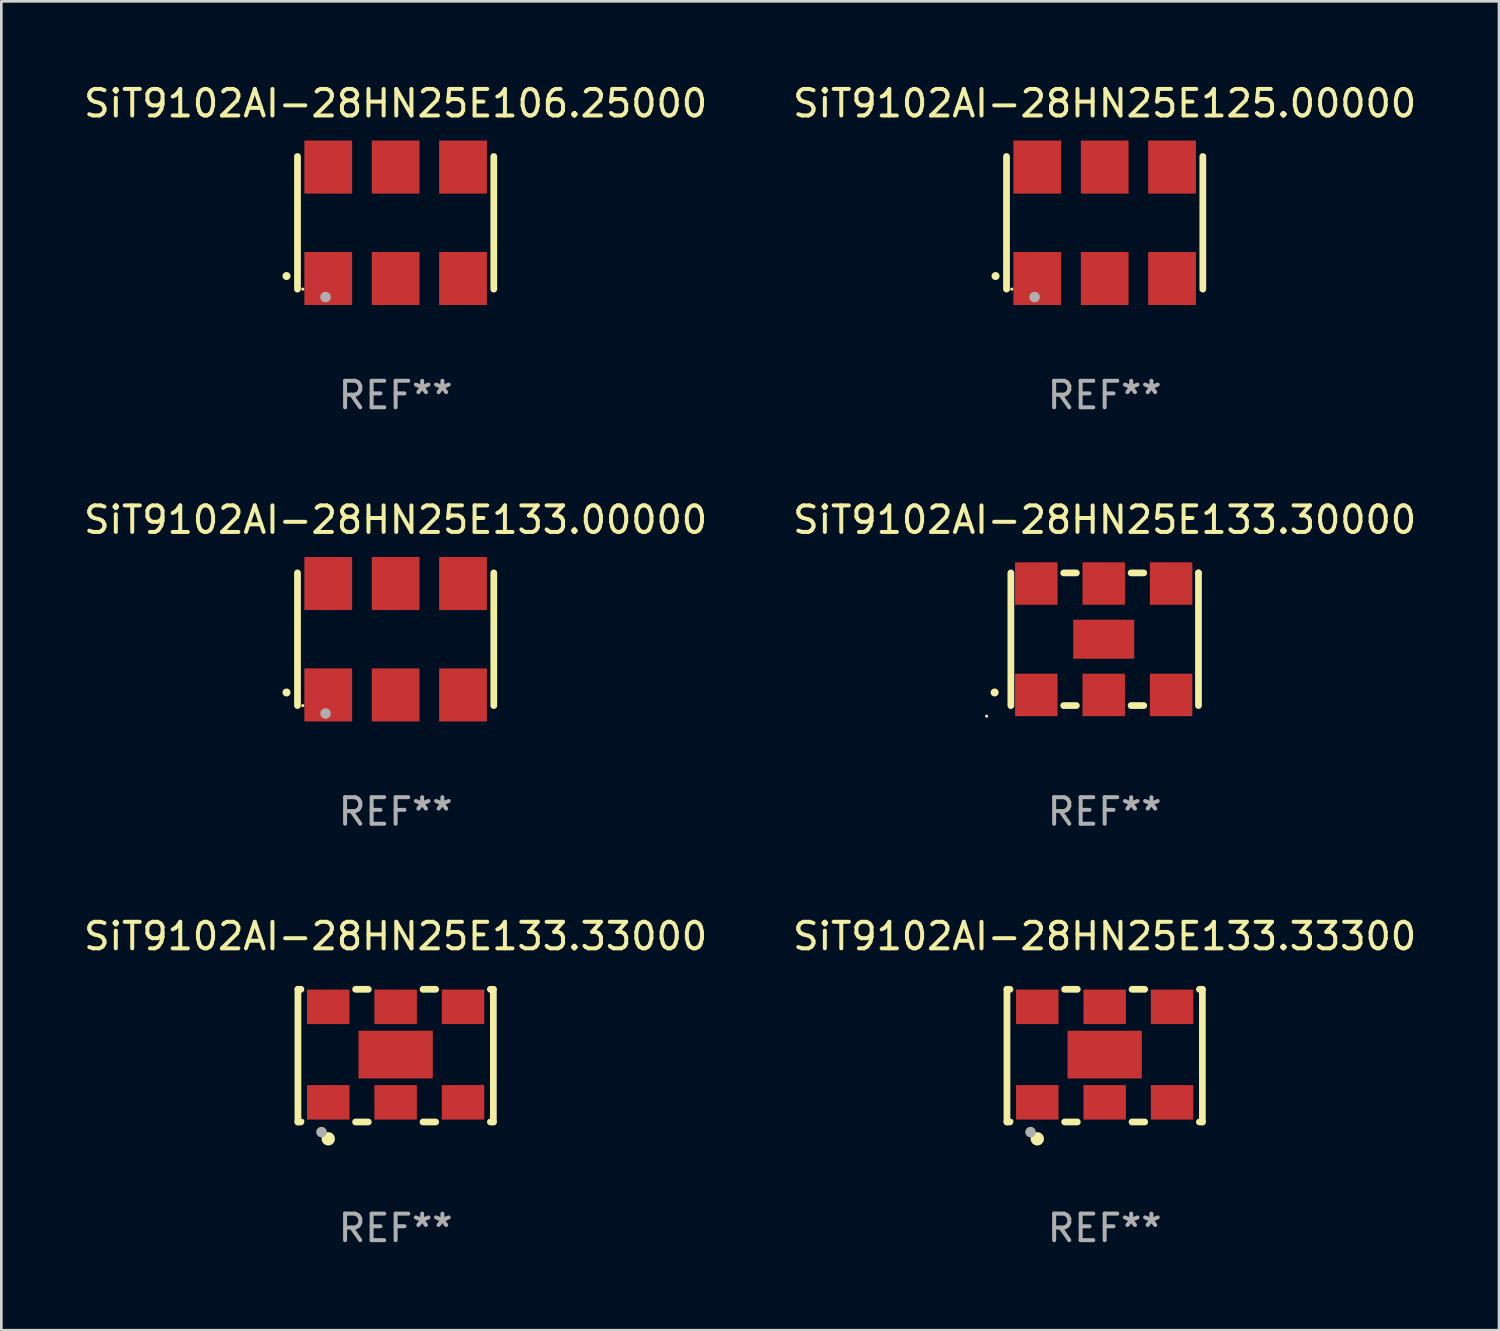
<source format=kicad_pcb>
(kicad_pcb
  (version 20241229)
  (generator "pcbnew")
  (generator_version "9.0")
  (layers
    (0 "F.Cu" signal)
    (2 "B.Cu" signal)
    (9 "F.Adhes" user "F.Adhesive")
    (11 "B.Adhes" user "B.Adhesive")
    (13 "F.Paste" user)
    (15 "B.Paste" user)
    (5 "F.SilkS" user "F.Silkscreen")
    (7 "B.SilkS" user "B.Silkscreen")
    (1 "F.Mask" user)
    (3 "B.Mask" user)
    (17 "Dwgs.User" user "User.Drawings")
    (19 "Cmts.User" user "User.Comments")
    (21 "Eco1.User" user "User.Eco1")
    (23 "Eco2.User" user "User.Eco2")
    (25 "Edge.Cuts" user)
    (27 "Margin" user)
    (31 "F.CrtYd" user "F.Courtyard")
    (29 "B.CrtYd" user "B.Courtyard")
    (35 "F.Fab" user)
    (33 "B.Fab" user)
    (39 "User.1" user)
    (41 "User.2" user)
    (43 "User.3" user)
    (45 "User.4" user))
  (footprint "SiT9102AI-28HN25E106.25000"
    (layer "F.Cu")
    (at 11.863 5.348)
    (property "Reference" "SiT9102AI-28HN25E106.25000" (at 0 -4.5 0) (layer "F.SilkS") (effects (font (size 1 1) (thickness 0.15))))
    (attr through_hole)
    (fp_line (start -3.7 -2.5) (end -3.7 2.5) (stroke (width 0.254) (type solid)) (layer "F.SilkS"))
    (fp_line (start 3.7 -2.5) (end 3.7 2.5) (stroke (width 0.254) (type solid)) (layer "F.SilkS"))
    (fp_arc (start -4.114415 2.006604) (mid -4.113145 2.006599) (end -4.111875 2.006604) (stroke (width 0.3) (type solid)) (layer "F.SilkS"))
    (fp_circle (center -3.5 2.501) (end -3.47 2.501) (stroke (width 0.06) (type solid)) (fill no) (layer "F.SilkS"))
    (fp_circle (center -2.641 2.799) (end -2.541 2.799) (stroke (width 0.2) (type solid)) (fill no) (layer "F.Fab"))
    (fp_text user "REF**" (at 0 6.5 0) (layer "F.Fab") (effects (font (size 1 1) (thickness 0.15))))
    (pad "1" smd rect (at -2.54 2.1) (size 1.8 2) (layers "F.Cu" "F.Mask" "F.Paste"))
    (pad "2" smd rect (at 0.000394 2.1) (size 1.8 2) (layers "F.Cu" "F.Mask" "F.Paste"))
    (pad "3" smd rect (at 2.54 2.1) (size 1.8 2) (layers "F.Cu" "F.Mask" "F.Paste"))
    (pad "4" smd rect (at 2.54 -2.1) (size 1.8 2) (layers "F.Cu" "F.Mask" "F.Paste"))
    (pad "5" smd rect (at 0.000394 -2.1) (size 1.8 2) (layers "F.Cu" "F.Mask" "F.Paste"))
    (pad "6" smd rect (at -2.54 -2.1) (size 1.8 2) (layers "F.Cu" "F.Mask" "F.Paste")))
  (footprint "SiT9102AI-28HN25E133.30000"
    (layer "F.Cu")
    (at 38.589 21.045)
    (property "Reference" "SiT9102AI-28HN25E133.30000" (at 0 -4.5 0) (layer "F.SilkS") (effects (font (size 1 1) (thickness 0.15))))
    (attr through_hole)
    (fp_line (start -3.536 -2.5) (end -3.536 2.5) (stroke (width 0.254) (type solid)) (layer "F.SilkS"))
    (fp_line (start -1.544 2.5) (end -1.067 2.5) (stroke (width 0.254) (type solid)) (layer "F.SilkS"))
    (fp_line (start -1.067 -2.5) (end -1.544 -2.5) (stroke (width 0.254) (type solid)) (layer "F.SilkS"))
    (fp_line (start 0.996 2.5) (end 1.473 2.5) (stroke (width 0.254) (type solid)) (layer "F.SilkS"))
    (fp_line (start 1.473 -2.5) (end 0.996 -2.5) (stroke (width 0.254) (type solid)) (layer "F.SilkS"))
    (fp_line (start 3.536 -2.5) (end 3.536 -2.5) (stroke (width 0.254) (type solid)) (layer "F.SilkS"))
    (fp_line (start 3.536 2.5) (end 3.536 -2.5) (stroke (width 0.254) (type solid)) (layer "F.SilkS"))
    (fp_arc (start -4.150432 2.006604) (mid -4.149162 2.006599) (end -4.147892 2.006604) (stroke (width 0.3) (type solid)) (layer "F.SilkS"))
    (fp_circle (center -4.449 2.9) (end -4.419 2.9) (stroke (width 0.06) (type solid)) (fill no) (layer "F.SilkS"))
    (fp_text user "REF**" (at 0 6.5 0) (layer "F.Fab") (effects (font (size 1 1) (thickness 0.15))))
    (pad "1" smd rect (at -2.576 2.1) (size 1.6 1.6) (layers "F.Cu" "F.Mask" "F.Paste"))
    (pad "2" smd rect (at -0.036 2.1) (size 1.6 1.6) (layers "F.Cu" "F.Mask" "F.Paste"))
    (pad "3" smd rect (at 2.504 2.1) (size 1.6 1.6) (layers "F.Cu" "F.Mask" "F.Paste"))
    (pad "4" smd rect (at 2.504 -2.1) (size 1.6 1.6) (layers "F.Cu" "F.Mask" "F.Paste"))
    (pad "5" smd rect (at -0.036 -2.1) (size 1.6 1.6) (layers "F.Cu" "F.Mask" "F.Paste"))
    (pad "6" smd rect (at -2.576 -2.1) (size 1.6 1.6) (layers "F.Cu" "F.Mask" "F.Paste"))
    (pad "7" smd rect (at -0.036 0) (size 2.3 1.47) (layers "F.Cu" "F.Mask" "F.Paste")))
  (footprint "SiT9102AI-28HN25E133.33300"
    (layer "F.Cu")
    (at 38.589 36.741)
    (property "Reference" "SiT9102AI-28HN25E133.33300" (at 0 -4.5 0) (layer "F.SilkS") (effects (font (size 1 1) (thickness 0.15))))
    (attr through_hole)
    (fp_line (start -3.683 -2.5) (end -3.571 -2.5) (stroke (width 0.254) (type solid)) (layer "F.SilkS"))
    (fp_line (start -3.683 2.5) (end -3.683 -2.5) (stroke (width 0.254) (type solid)) (layer "F.SilkS"))
    (fp_line (start -3.683 2.5) (end -3.571 2.5) (stroke (width 0.254) (type solid)) (layer "F.SilkS"))
    (fp_line (start -1.509 -2.5) (end -1.031 -2.5) (stroke (width 0.254) (type solid)) (layer "F.SilkS"))
    (fp_line (start -1.509 2.5) (end -1.031 2.5) (stroke (width 0.254) (type solid)) (layer "F.SilkS"))
    (fp_line (start 1.031 -2.5) (end 1.509 -2.5) (stroke (width 0.254) (type solid)) (layer "F.SilkS"))
    (fp_line (start 1.031 2.5) (end 1.509 2.5) (stroke (width 0.254) (type solid)) (layer "F.SilkS"))
    (fp_line (start 3.571 -2.5) (end 3.683 -2.5) (stroke (width 0.254) (type solid)) (layer "F.SilkS"))
    (fp_line (start 3.571 2.5) (end 3.683 2.5) (stroke (width 0.254) (type solid)) (layer "F.SilkS"))
    (fp_line (start 3.683 2.5) (end 3.683 -2.5) (stroke (width 0.254) (type solid)) (layer "F.SilkS"))
    (fp_circle (center -3.5 2.46) (end -3.47 2.46) (stroke (width 0.06) (type solid)) (fill no) (layer "F.SilkS"))
    (fp_circle (center -2.54 3.135) (end -2.413 3.135) (stroke (width 0.254) (type solid)) (fill no) (layer "F.SilkS"))
    (fp_circle (center -2.794 2.881) (end -2.694 2.881) (stroke (width 0.2) (type solid)) (fill no) (layer "F.Fab"))
    (fp_text user "REF**" (at 0 6.5 0) (layer "F.Fab") (effects (font (size 1 1) (thickness 0.15))))
    (pad "1" smd rect (at -2.54 1.76) (size 1.6 1.3) (layers "F.Cu" "F.Mask" "F.Paste"))
    (pad "2" smd rect (at 0 1.76) (size 1.6 1.3) (layers "F.Cu" "F.Mask" "F.Paste"))
    (pad "3" smd rect (at 2.54 1.76) (size 1.6 1.3) (layers "F.Cu" "F.Mask" "F.Paste"))
    (pad "4" smd rect (at 2.54 -1.84) (size 1.6 1.3) (layers "F.Cu" "F.Mask" "F.Paste"))
    (pad "5" smd rect (at 0 -1.84) (size 1.6 1.3) (layers "F.Cu" "F.Mask" "F.Paste"))
    (pad "6" smd rect (at -2.54 -1.84) (size 1.6 1.3) (layers "F.Cu" "F.Mask" "F.Paste"))
    (pad "7" smd rect (at 0 -0.04) (size 2.8 1.8) (layers "F.Cu" "F.Mask" "F.Paste")))
  (footprint "SiT9102AI-28HN25E133.00000"
    (layer "F.Cu")
    (at 11.863 21.045)
    (property "Reference" "SiT9102AI-28HN25E133.00000" (at 0 -4.5 0) (layer "F.SilkS") (effects (font (size 1 1) (thickness 0.15))))
    (attr through_hole)
    (fp_line (start -3.7 -2.5) (end -3.7 2.5) (stroke (width 0.254) (type solid)) (layer "F.SilkS"))
    (fp_line (start 3.7 -2.5) (end 3.7 2.5) (stroke (width 0.254) (type solid)) (layer "F.SilkS"))
    (fp_arc (start -4.114415 2.006604) (mid -4.113145 2.006599) (end -4.111875 2.006604) (stroke (width 0.3) (type solid)) (layer "F.SilkS"))
    (fp_circle (center -3.5 2.501) (end -3.47 2.501) (stroke (width 0.06) (type solid)) (fill no) (layer "F.SilkS"))
    (fp_circle (center -2.641 2.799) (end -2.541 2.799) (stroke (width 0.2) (type solid)) (fill no) (layer "F.Fab"))
    (fp_text user "REF**" (at 0 6.5 0) (layer "F.Fab") (effects (font (size 1 1) (thickness 0.15))))
    (pad "1" smd rect (at -2.54 2.1) (size 1.8 2) (layers "F.Cu" "F.Mask" "F.Paste"))
    (pad "2" smd rect (at 0.000394 2.1) (size 1.8 2) (layers "F.Cu" "F.Mask" "F.Paste"))
    (pad "3" smd rect (at 2.54 2.1) (size 1.8 2) (layers "F.Cu" "F.Mask" "F.Paste"))
    (pad "4" smd rect (at 2.54 -2.1) (size 1.8 2) (layers "F.Cu" "F.Mask" "F.Paste"))
    (pad "5" smd rect (at 0.000394 -2.1) (size 1.8 2) (layers "F.Cu" "F.Mask" "F.Paste"))
    (pad "6" smd rect (at -2.54 -2.1) (size 1.8 2) (layers "F.Cu" "F.Mask" "F.Paste")))
  (footprint "SiT9102AI-28HN25E133.33000"
    (layer "F.Cu")
    (at 11.863 36.741)
    (property "Reference" "SiT9102AI-28HN25E133.33000" (at 0 -4.5 0) (layer "F.SilkS") (effects (font (size 1 1) (thickness 0.15))))
    (attr through_hole)
    (fp_line (start -3.683 -2.5) (end -3.571 -2.5) (stroke (width 0.254) (type solid)) (layer "F.SilkS"))
    (fp_line (start -3.683 2.5) (end -3.683 -2.5) (stroke (width 0.254) (type solid)) (layer "F.SilkS"))
    (fp_line (start -3.683 2.5) (end -3.571 2.5) (stroke (width 0.254) (type solid)) (layer "F.SilkS"))
    (fp_line (start -1.509 -2.5) (end -1.031 -2.5) (stroke (width 0.254) (type solid)) (layer "F.SilkS"))
    (fp_line (start -1.509 2.5) (end -1.031 2.5) (stroke (width 0.254) (type solid)) (layer "F.SilkS"))
    (fp_line (start 1.031 -2.5) (end 1.509 -2.5) (stroke (width 0.254) (type solid)) (layer "F.SilkS"))
    (fp_line (start 1.031 2.5) (end 1.509 2.5) (stroke (width 0.254) (type solid)) (layer "F.SilkS"))
    (fp_line (start 3.571 -2.5) (end 3.683 -2.5) (stroke (width 0.254) (type solid)) (layer "F.SilkS"))
    (fp_line (start 3.571 2.5) (end 3.683 2.5) (stroke (width 0.254) (type solid)) (layer "F.SilkS"))
    (fp_line (start 3.683 2.5) (end 3.683 -2.5) (stroke (width 0.254) (type solid)) (layer "F.SilkS"))
    (fp_circle (center -3.5 2.46) (end -3.47 2.46) (stroke (width 0.06) (type solid)) (fill no) (layer "F.SilkS"))
    (fp_circle (center -2.54 3.135) (end -2.413 3.135) (stroke (width 0.254) (type solid)) (fill no) (layer "F.SilkS"))
    (fp_circle (center -2.794 2.881) (end -2.694 2.881) (stroke (width 0.2) (type solid)) (fill no) (layer "F.Fab"))
    (fp_text user "REF**" (at 0 6.5 0) (layer "F.Fab") (effects (font (size 1 1) (thickness 0.15))))
    (pad "1" smd rect (at -2.54 1.76) (size 1.6 1.3) (layers "F.Cu" "F.Mask" "F.Paste"))
    (pad "2" smd rect (at 0 1.76) (size 1.6 1.3) (layers "F.Cu" "F.Mask" "F.Paste"))
    (pad "3" smd rect (at 2.54 1.76) (size 1.6 1.3) (layers "F.Cu" "F.Mask" "F.Paste"))
    (pad "4" smd rect (at 2.54 -1.84) (size 1.6 1.3) (layers "F.Cu" "F.Mask" "F.Paste"))
    (pad "5" smd rect (at 0 -1.84) (size 1.6 1.3) (layers "F.Cu" "F.Mask" "F.Paste"))
    (pad "6" smd rect (at -2.54 -1.84) (size 1.6 1.3) (layers "F.Cu" "F.Mask" "F.Paste"))
    (pad "7" smd rect (at 0 -0.04) (size 2.8 1.8) (layers "F.Cu" "F.Mask" "F.Paste")))
  (footprint "SiT9102AI-28HN25E125.00000"
    (layer "F.Cu")
    (at 38.589 5.348)
    (property "Reference" "SiT9102AI-28HN25E125.00000" (at 0 -4.5 0) (layer "F.SilkS") (effects (font (size 1 1) (thickness 0.15))))
    (attr through_hole)
    (fp_line (start -3.7 -2.5) (end -3.7 2.5) (stroke (width 0.254) (type solid)) (layer "F.SilkS"))
    (fp_line (start 3.7 -2.5) (end 3.7 2.5) (stroke (width 0.254) (type solid)) (layer "F.SilkS"))
    (fp_arc (start -4.114415 2.006604) (mid -4.113145 2.006599) (end -4.111875 2.006604) (stroke (width 0.3) (type solid)) (layer "F.SilkS"))
    (fp_circle (center -3.5 2.501) (end -3.47 2.501) (stroke (width 0.06) (type solid)) (fill no) (layer "F.SilkS"))
    (fp_circle (center -2.641 2.799) (end -2.541 2.799) (stroke (width 0.2) (type solid)) (fill no) (layer "F.Fab"))
    (fp_text user "REF**" (at 0 6.5 0) (layer "F.Fab") (effects (font (size 1 1) (thickness 0.15))))
    (pad "1" smd rect (at -2.54 2.1) (size 1.8 2) (layers "F.Cu" "F.Mask" "F.Paste"))
    (pad "2" smd rect (at 0.000394 2.1) (size 1.8 2) (layers "F.Cu" "F.Mask" "F.Paste"))
    (pad "3" smd rect (at 2.54 2.1) (size 1.8 2) (layers "F.Cu" "F.Mask" "F.Paste"))
    (pad "4" smd rect (at 2.54 -2.1) (size 1.8 2) (layers "F.Cu" "F.Mask" "F.Paste"))
    (pad "5" smd rect (at 0.000394 -2.1) (size 1.8 2) (layers "F.Cu" "F.Mask" "F.Paste"))
    (pad "6" smd rect (at -2.54 -2.1) (size 1.8 2) (layers "F.Cu" "F.Mask" "F.Paste")))
  (gr_rect
    (start -3 -3)
    (end 53.452 47.09)
    (stroke (width 0.1) (type default))
    (fill no)
    (layer "Edge.Cuts")))
</source>
